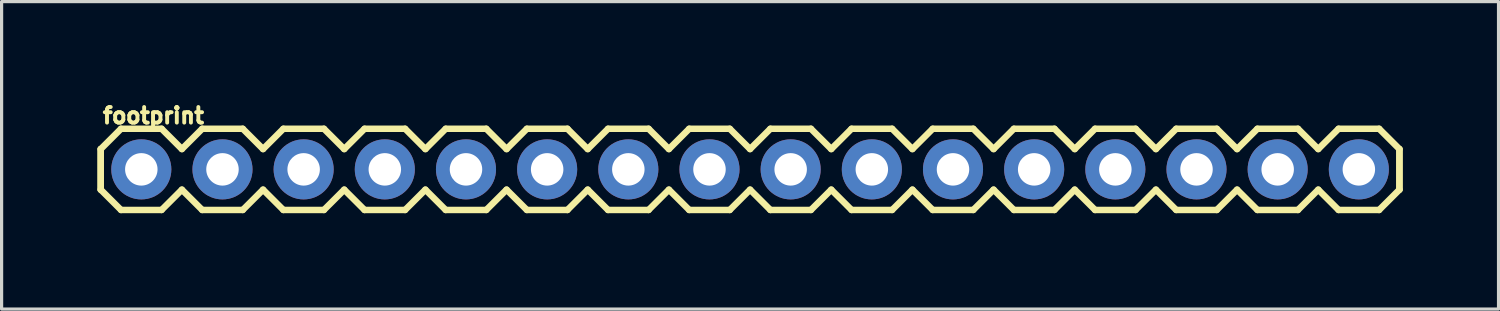
<source format=kicad_pcb>
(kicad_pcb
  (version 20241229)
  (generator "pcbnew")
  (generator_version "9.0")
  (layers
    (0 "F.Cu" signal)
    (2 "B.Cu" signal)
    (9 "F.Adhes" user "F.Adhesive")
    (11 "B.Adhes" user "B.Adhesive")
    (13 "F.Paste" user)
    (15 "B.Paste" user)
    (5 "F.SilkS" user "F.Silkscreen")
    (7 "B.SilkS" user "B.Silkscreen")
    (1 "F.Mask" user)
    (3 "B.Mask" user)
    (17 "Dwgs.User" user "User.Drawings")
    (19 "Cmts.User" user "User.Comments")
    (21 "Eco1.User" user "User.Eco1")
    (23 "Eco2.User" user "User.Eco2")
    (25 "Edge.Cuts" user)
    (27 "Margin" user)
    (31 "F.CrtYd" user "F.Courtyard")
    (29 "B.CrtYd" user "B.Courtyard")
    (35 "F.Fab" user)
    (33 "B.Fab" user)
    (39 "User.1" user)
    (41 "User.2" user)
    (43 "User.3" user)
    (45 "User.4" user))
  (footprint "footprint"
    (layer "F.Cu")
    (at 1.372 2.25)
    (property "Reference" "footprint" (at -1.27 -1.397 0) (layer "F.SilkS") (effects (font (size 0.488 0.488) (thickness 0.122)) (justify left bottom)))
    (fp_line (start -1.27 -0.635) (end -1.27 0.635) (stroke (width 0.203) (type solid)) (layer "F.SilkS"))
    (fp_line (start -1.27 -0.635) (end -1.27 0.635) (stroke (width 0.203) (type solid)) (layer "F.SilkS"))
    (fp_line (start -1.27 0.635) (end -0.635 1.27) (stroke (width 0.203) (type solid)) (layer "F.SilkS"))
    (fp_line (start -0.635 -1.27) (end -1.27 -0.635) (stroke (width 0.203) (type solid)) (layer "F.SilkS"))
    (fp_line (start -0.635 -1.27) (end 0.635 -1.27) (stroke (width 0.203) (type solid)) (layer "F.SilkS"))
    (fp_line (start 0.635 -1.27) (end 1.27 -0.635) (stroke (width 0.203) (type solid)) (layer "F.SilkS"))
    (fp_line (start 0.635 1.27) (end -0.635 1.27) (stroke (width 0.203) (type solid)) (layer "F.SilkS"))
    (fp_line (start 1.27 -0.635) (end 1.905 -1.27) (stroke (width 0.203) (type solid)) (layer "F.SilkS"))
    (fp_line (start 1.27 0.635) (end 0.635 1.27) (stroke (width 0.203) (type solid)) (layer "F.SilkS"))
    (fp_line (start 1.905 -1.27) (end 3.175 -1.27) (stroke (width 0.203) (type solid)) (layer "F.SilkS"))
    (fp_line (start 1.905 1.27) (end 1.27 0.635) (stroke (width 0.203) (type solid)) (layer "F.SilkS"))
    (fp_line (start 3.175 -1.27) (end 3.81 -0.635) (stroke (width 0.203) (type solid)) (layer "F.SilkS"))
    (fp_line (start 3.175 1.27) (end 1.905 1.27) (stroke (width 0.203) (type solid)) (layer "F.SilkS"))
    (fp_line (start 3.81 -0.635) (end 4.445 -1.27) (stroke (width 0.203) (type solid)) (layer "F.SilkS"))
    (fp_line (start 3.81 0.635) (end 3.175 1.27) (stroke (width 0.203) (type solid)) (layer "F.SilkS"))
    (fp_line (start 4.445 -1.27) (end 5.715 -1.27) (stroke (width 0.203) (type solid)) (layer "F.SilkS"))
    (fp_line (start 4.445 1.27) (end 3.81 0.635) (stroke (width 0.203) (type solid)) (layer "F.SilkS"))
    (fp_line (start 5.715 -1.27) (end 6.35 -0.635) (stroke (width 0.203) (type solid)) (layer "F.SilkS"))
    (fp_line (start 5.715 1.27) (end 4.445 1.27) (stroke (width 0.203) (type solid)) (layer "F.SilkS"))
    (fp_line (start 6.35 0.635) (end 5.715 1.27) (stroke (width 0.203) (type solid)) (layer "F.SilkS"))
    (fp_line (start 6.35 0.635) (end 6.985 1.27) (stroke (width 0.203) (type solid)) (layer "F.SilkS"))
    (fp_line (start 6.985 -1.27) (end 6.35 -0.635) (stroke (width 0.203) (type solid)) (layer "F.SilkS"))
    (fp_line (start 6.985 -1.27) (end 8.255 -1.27) (stroke (width 0.203) (type solid)) (layer "F.SilkS"))
    (fp_line (start 8.255 -1.27) (end 8.89 -0.635) (stroke (width 0.203) (type solid)) (layer "F.SilkS"))
    (fp_line (start 8.255 1.27) (end 6.985 1.27) (stroke (width 0.203) (type solid)) (layer "F.SilkS"))
    (fp_line (start 8.89 -0.635) (end 9.525 -1.27) (stroke (width 0.203) (type solid)) (layer "F.SilkS"))
    (fp_line (start 8.89 0.635) (end 8.255 1.27) (stroke (width 0.203) (type solid)) (layer "F.SilkS"))
    (fp_line (start 9.525 -1.27) (end 10.795 -1.27) (stroke (width 0.203) (type solid)) (layer "F.SilkS"))
    (fp_line (start 9.525 1.27) (end 8.89 0.635) (stroke (width 0.203) (type solid)) (layer "F.SilkS"))
    (fp_line (start 10.795 -1.27) (end 11.43 -0.635) (stroke (width 0.203) (type solid)) (layer "F.SilkS"))
    (fp_line (start 10.795 1.27) (end 9.525 1.27) (stroke (width 0.203) (type solid)) (layer "F.SilkS"))
    (fp_line (start 11.43 -0.635) (end 12.065 -1.27) (stroke (width 0.203) (type solid)) (layer "F.SilkS"))
    (fp_line (start 11.43 0.635) (end 10.795 1.27) (stroke (width 0.203) (type solid)) (layer "F.SilkS"))
    (fp_line (start 12.065 -1.27) (end 13.335 -1.27) (stroke (width 0.203) (type solid)) (layer "F.SilkS"))
    (fp_line (start 12.065 1.27) (end 11.43 0.635) (stroke (width 0.203) (type solid)) (layer "F.SilkS"))
    (fp_line (start 13.335 -1.27) (end 13.97 -0.635) (stroke (width 0.203) (type solid)) (layer "F.SilkS"))
    (fp_line (start 13.335 1.27) (end 12.065 1.27) (stroke (width 0.203) (type solid)) (layer "F.SilkS"))
    (fp_line (start 13.97 0.635) (end 13.335 1.27) (stroke (width 0.203) (type solid)) (layer "F.SilkS"))
    (fp_line (start 13.97 0.635) (end 14.605 1.27) (stroke (width 0.203) (type solid)) (layer "F.SilkS"))
    (fp_line (start 14.605 -1.27) (end 13.97 -0.635) (stroke (width 0.203) (type solid)) (layer "F.SilkS"))
    (fp_line (start 14.605 -1.27) (end 15.875 -1.27) (stroke (width 0.203) (type solid)) (layer "F.SilkS"))
    (fp_line (start 15.875 -1.27) (end 16.51 -0.635) (stroke (width 0.203) (type solid)) (layer "F.SilkS"))
    (fp_line (start 15.875 1.27) (end 14.605 1.27) (stroke (width 0.203) (type solid)) (layer "F.SilkS"))
    (fp_line (start 16.51 0.635) (end 15.875 1.27) (stroke (width 0.203) (type solid)) (layer "F.SilkS"))
    (fp_line (start 16.51 0.635) (end 17.145 1.27) (stroke (width 0.203) (type solid)) (layer "F.SilkS"))
    (fp_line (start 17.145 -1.27) (end 16.51 -0.635) (stroke (width 0.203) (type solid)) (layer "F.SilkS"))
    (fp_line (start 17.145 -1.27) (end 18.415 -1.27) (stroke (width 0.203) (type solid)) (layer "F.SilkS"))
    (fp_line (start 18.415 -1.27) (end 19.05 -0.635) (stroke (width 0.203) (type solid)) (layer "F.SilkS"))
    (fp_line (start 18.415 1.27) (end 17.145 1.27) (stroke (width 0.203) (type solid)) (layer "F.SilkS"))
    (fp_line (start 19.05 -0.635) (end 19.685 -1.27) (stroke (width 0.203) (type solid)) (layer "F.SilkS"))
    (fp_line (start 19.05 0.635) (end 18.415 1.27) (stroke (width 0.203) (type solid)) (layer "F.SilkS"))
    (fp_line (start 19.685 -1.27) (end 20.955 -1.27) (stroke (width 0.203) (type solid)) (layer "F.SilkS"))
    (fp_line (start 19.685 1.27) (end 19.05 0.635) (stroke (width 0.203) (type solid)) (layer "F.SilkS"))
    (fp_line (start 20.955 -1.27) (end 21.59 -0.635) (stroke (width 0.203) (type solid)) (layer "F.SilkS"))
    (fp_line (start 20.955 1.27) (end 19.685 1.27) (stroke (width 0.203) (type solid)) (layer "F.SilkS"))
    (fp_line (start 21.59 -0.635) (end 22.225 -1.27) (stroke (width 0.203) (type solid)) (layer "F.SilkS"))
    (fp_line (start 21.59 0.635) (end 20.955 1.27) (stroke (width 0.203) (type solid)) (layer "F.SilkS"))
    (fp_line (start 22.225 -1.27) (end 23.495 -1.27) (stroke (width 0.203) (type solid)) (layer "F.SilkS"))
    (fp_line (start 22.225 1.27) (end 21.59 0.635) (stroke (width 0.203) (type solid)) (layer "F.SilkS"))
    (fp_line (start 23.495 -1.27) (end 24.13 -0.635) (stroke (width 0.203) (type solid)) (layer "F.SilkS"))
    (fp_line (start 23.495 1.27) (end 22.225 1.27) (stroke (width 0.203) (type solid)) (layer "F.SilkS"))
    (fp_line (start 24.13 0.635) (end 23.495 1.27) (stroke (width 0.203) (type solid)) (layer "F.SilkS"))
    (fp_line (start 24.13 0.635) (end 24.765 1.27) (stroke (width 0.203) (type solid)) (layer "F.SilkS"))
    (fp_line (start 24.765 -1.27) (end 24.13 -0.635) (stroke (width 0.203) (type solid)) (layer "F.SilkS"))
    (fp_line (start 24.765 -1.27) (end 26.035 -1.27) (stroke (width 0.203) (type solid)) (layer "F.SilkS"))
    (fp_line (start 26.035 -1.27) (end 26.67 -0.635) (stroke (width 0.203) (type solid)) (layer "F.SilkS"))
    (fp_line (start 26.035 1.27) (end 24.765 1.27) (stroke (width 0.203) (type solid)) (layer "F.SilkS"))
    (fp_line (start 26.67 -0.635) (end 27.305 -1.27) (stroke (width 0.203) (type solid)) (layer "F.SilkS"))
    (fp_line (start 26.67 0.635) (end 26.035 1.27) (stroke (width 0.203) (type solid)) (layer "F.SilkS"))
    (fp_line (start 27.305 -1.27) (end 28.575 -1.27) (stroke (width 0.203) (type solid)) (layer "F.SilkS"))
    (fp_line (start 27.305 1.27) (end 26.67 0.635) (stroke (width 0.203) (type solid)) (layer "F.SilkS"))
    (fp_line (start 28.575 -1.27) (end 29.21 -0.635) (stroke (width 0.203) (type solid)) (layer "F.SilkS"))
    (fp_line (start 28.575 1.27) (end 27.305 1.27) (stroke (width 0.203) (type solid)) (layer "F.SilkS"))
    (fp_line (start 29.21 -0.635) (end 29.845 -1.27) (stroke (width 0.203) (type solid)) (layer "F.SilkS"))
    (fp_line (start 29.21 0.635) (end 28.575 1.27) (stroke (width 0.203) (type solid)) (layer "F.SilkS"))
    (fp_line (start 29.845 -1.27) (end 31.115 -1.27) (stroke (width 0.203) (type solid)) (layer "F.SilkS"))
    (fp_line (start 29.845 1.27) (end 29.21 0.635) (stroke (width 0.203) (type solid)) (layer "F.SilkS"))
    (fp_line (start 31.115 -1.27) (end 31.75 -0.635) (stroke (width 0.203) (type solid)) (layer "F.SilkS"))
    (fp_line (start 31.115 1.27) (end 29.845 1.27) (stroke (width 0.203) (type solid)) (layer "F.SilkS"))
    (fp_line (start 31.75 0.635) (end 31.115 1.27) (stroke (width 0.203) (type solid)) (layer "F.SilkS"))
    (fp_line (start 31.75 0.635) (end 32.385 1.27) (stroke (width 0.203) (type solid)) (layer "F.SilkS"))
    (fp_line (start 32.385 -1.27) (end 31.75 -0.635) (stroke (width 0.203) (type solid)) (layer "F.SilkS"))
    (fp_line (start 32.385 -1.27) (end 33.655 -1.27) (stroke (width 0.203) (type solid)) (layer "F.SilkS"))
    (fp_line (start 33.655 -1.27) (end 34.29 -0.635) (stroke (width 0.203) (type solid)) (layer "F.SilkS"))
    (fp_line (start 33.655 1.27) (end 32.385 1.27) (stroke (width 0.203) (type solid)) (layer "F.SilkS"))
    (fp_line (start 34.29 0.635) (end 33.655 1.27) (stroke (width 0.203) (type solid)) (layer "F.SilkS"))
    (fp_line (start 34.29 0.635) (end 34.925 1.27) (stroke (width 0.203) (type solid)) (layer "F.SilkS"))
    (fp_line (start 34.925 -1.27) (end 34.29 -0.635) (stroke (width 0.203) (type solid)) (layer "F.SilkS"))
    (fp_line (start 34.925 -1.27) (end 36.195 -1.27) (stroke (width 0.203) (type solid)) (layer "F.SilkS"))
    (fp_line (start 36.195 -1.27) (end 36.83 -0.635) (stroke (width 0.203) (type solid)) (layer "F.SilkS"))
    (fp_line (start 36.195 1.27) (end 34.925 1.27) (stroke (width 0.203) (type solid)) (layer "F.SilkS"))
    (fp_line (start 36.83 0.635) (end 36.195 1.27) (stroke (width 0.203) (type solid)) (layer "F.SilkS"))
    (fp_line (start 36.83 0.635) (end 37.465 1.27) (stroke (width 0.203) (type solid)) (layer "F.SilkS"))
    (fp_line (start 37.465 -1.27) (end 36.83 -0.635) (stroke (width 0.203) (type solid)) (layer "F.SilkS"))
    (fp_line (start 37.465 -1.27) (end 38.735 -1.27) (stroke (width 0.203) (type solid)) (layer "F.SilkS"))
    (fp_line (start 38.735 -1.27) (end 39.37 -0.635) (stroke (width 0.203) (type solid)) (layer "F.SilkS"))
    (fp_line (start 38.735 1.27) (end 37.465 1.27) (stroke (width 0.203) (type solid)) (layer "F.SilkS"))
    (fp_line (start 39.37 -0.635) (end 39.37 0.635) (stroke (width 0.203) (type solid)) (layer "F.SilkS"))
    (fp_line (start 39.37 -0.635) (end 39.37 0.635) (stroke (width 0.203) (type solid)) (layer "F.SilkS"))
    (fp_line (start 39.37 0.635) (end 38.735 1.27) (stroke (width 0.203) (type solid)) (layer "F.SilkS"))
    (fp_poly (pts (xy -0.254 0.254) (xy 0.254 0.254) (xy 0.254 -0.254) (xy -0.254 -0.254)) (stroke (width 0.1) (type solid)) (fill no) (layer "F.Fab"))
    (fp_poly (pts (xy 2.286 0.254) (xy 2.794 0.254) (xy 2.794 -0.254) (xy 2.286 -0.254)) (stroke (width 0.1) (type solid)) (fill no) (layer "F.Fab"))
    (fp_poly (pts (xy 4.826 0.254) (xy 5.334 0.254) (xy 5.334 -0.254) (xy 4.826 -0.254)) (stroke (width 0.1) (type solid)) (fill no) (layer "F.Fab"))
    (fp_poly (pts (xy 7.366 0.254) (xy 7.874 0.254) (xy 7.874 -0.254) (xy 7.366 -0.254)) (stroke (width 0.1) (type solid)) (fill no) (layer "F.Fab"))
    (fp_poly (pts (xy 9.906 0.254) (xy 10.414 0.254) (xy 10.414 -0.254) (xy 9.906 -0.254)) (stroke (width 0.1) (type solid)) (fill no) (layer "F.Fab"))
    (fp_poly (pts (xy 12.446 0.254) (xy 12.954 0.254) (xy 12.954 -0.254) (xy 12.446 -0.254)) (stroke (width 0.1) (type solid)) (fill no) (layer "F.Fab"))
    (fp_poly (pts (xy 14.986 0.254) (xy 15.494 0.254) (xy 15.494 -0.254) (xy 14.986 -0.254)) (stroke (width 0.1) (type solid)) (fill no) (layer "F.Fab"))
    (fp_poly (pts (xy 17.526 0.254) (xy 18.034 0.254) (xy 18.034 -0.254) (xy 17.526 -0.254)) (stroke (width 0.1) (type solid)) (fill no) (layer "F.Fab"))
    (fp_poly (pts (xy 20.066 0.254) (xy 20.574 0.254) (xy 20.574 -0.254) (xy 20.066 -0.254)) (stroke (width 0.1) (type solid)) (fill no) (layer "F.Fab"))
    (fp_poly (pts (xy 22.606 0.254) (xy 23.114 0.254) (xy 23.114 -0.254) (xy 22.606 -0.254)) (stroke (width 0.1) (type solid)) (fill no) (layer "F.Fab"))
    (fp_poly (pts (xy 25.146 0.254) (xy 25.654 0.254) (xy 25.654 -0.254) (xy 25.146 -0.254)) (stroke (width 0.1) (type solid)) (fill no) (layer "F.Fab"))
    (fp_poly (pts (xy 27.686 0.254) (xy 28.194 0.254) (xy 28.194 -0.254) (xy 27.686 -0.254)) (stroke (width 0.1) (type solid)) (fill no) (layer "F.Fab"))
    (fp_poly (pts (xy 30.226 0.254) (xy 30.734 0.254) (xy 30.734 -0.254) (xy 30.226 -0.254)) (stroke (width 0.1) (type solid)) (fill no) (layer "F.Fab"))
    (fp_poly (pts (xy 32.766 0.254) (xy 33.274 0.254) (xy 33.274 -0.254) (xy 32.766 -0.254)) (stroke (width 0.1) (type solid)) (fill no) (layer "F.Fab"))
    (fp_poly (pts (xy 35.306 0.254) (xy 35.814 0.254) (xy 35.814 -0.254) (xy 35.306 -0.254)) (stroke (width 0.1) (type solid)) (fill no) (layer "F.Fab"))
    (fp_poly (pts (xy 37.846 0.254) (xy 38.354 0.254) (xy 38.354 -0.254) (xy 37.846 -0.254)) (stroke (width 0.1) (type solid)) (fill no) (layer "F.Fab"))
    (pad "1" thru_hole circle (at 0 0 90) (size 1.88 1.88) (drill 1.016) (layers "*.Cu" "*.Mask"))
    (pad "2" thru_hole circle (at 2.54 0 90) (size 1.88 1.88) (drill 1.016) (layers "*.Cu" "*.Mask"))
    (pad "3" thru_hole circle (at 5.08 0 90) (size 1.88 1.88) (drill 1.016) (layers "*.Cu" "*.Mask"))
    (pad "4" thru_hole circle (at 7.62 0 90) (size 1.88 1.88) (drill 1.016) (layers "*.Cu" "*.Mask"))
    (pad "5" thru_hole circle (at 10.16 0 90) (size 1.88 1.88) (drill 1.016) (layers "*.Cu" "*.Mask"))
    (pad "6" thru_hole circle (at 12.7 0 90) (size 1.88 1.88) (drill 1.016) (layers "*.Cu" "*.Mask"))
    (pad "7" thru_hole circle (at 15.24 0 90) (size 1.88 1.88) (drill 1.016) (layers "*.Cu" "*.Mask"))
    (pad "8" thru_hole circle (at 17.78 0 90) (size 1.88 1.88) (drill 1.016) (layers "*.Cu" "*.Mask"))
    (pad "9" thru_hole circle (at 20.32 0 90) (size 1.88 1.88) (drill 1.016) (layers "*.Cu" "*.Mask"))
    (pad "10" thru_hole circle (at 22.86 0 90) (size 1.88 1.88) (drill 1.016) (layers "*.Cu" "*.Mask"))
    (pad "11" thru_hole circle (at 25.4 0 90) (size 1.88 1.88) (drill 1.016) (layers "*.Cu" "*.Mask"))
    (pad "12" thru_hole circle (at 27.94 0 90) (size 1.88 1.88) (drill 1.016) (layers "*.Cu" "*.Mask"))
    (pad "13" thru_hole circle (at 30.48 0 90) (size 1.88 1.88) (drill 1.016) (layers "*.Cu" "*.Mask"))
    (pad "14" thru_hole circle (at 33.02 0 90) (size 1.88 1.88) (drill 1.016) (layers "*.Cu" "*.Mask"))
    (pad "15" thru_hole circle (at 35.56 0 90) (size 1.88 1.88) (drill 1.016) (layers "*.Cu" "*.Mask"))
    (pad "16" thru_hole circle (at 38.1 0 90) (size 1.88 1.88) (drill 1.016) (layers "*.Cu" "*.Mask")))
  (gr_rect
    (start -3 -3)
    (end 43.843 6.622)
    (stroke (width 0.1) (type default))
    (fill no)
    (layer "Edge.Cuts")))
</source>
